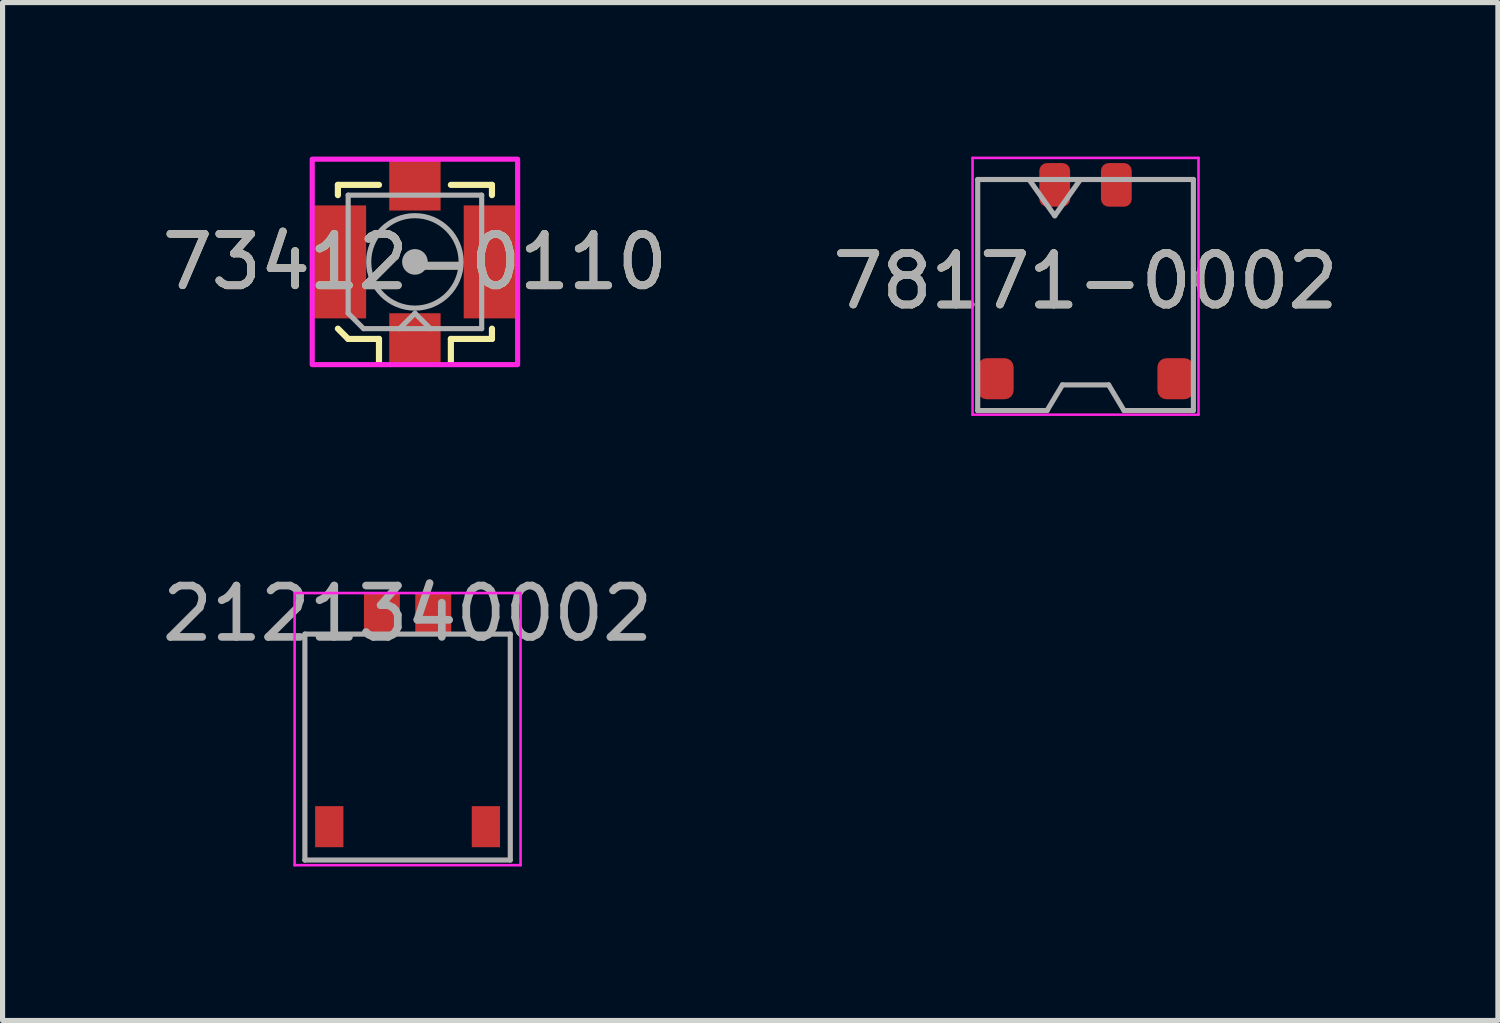
<source format=kicad_pcb>
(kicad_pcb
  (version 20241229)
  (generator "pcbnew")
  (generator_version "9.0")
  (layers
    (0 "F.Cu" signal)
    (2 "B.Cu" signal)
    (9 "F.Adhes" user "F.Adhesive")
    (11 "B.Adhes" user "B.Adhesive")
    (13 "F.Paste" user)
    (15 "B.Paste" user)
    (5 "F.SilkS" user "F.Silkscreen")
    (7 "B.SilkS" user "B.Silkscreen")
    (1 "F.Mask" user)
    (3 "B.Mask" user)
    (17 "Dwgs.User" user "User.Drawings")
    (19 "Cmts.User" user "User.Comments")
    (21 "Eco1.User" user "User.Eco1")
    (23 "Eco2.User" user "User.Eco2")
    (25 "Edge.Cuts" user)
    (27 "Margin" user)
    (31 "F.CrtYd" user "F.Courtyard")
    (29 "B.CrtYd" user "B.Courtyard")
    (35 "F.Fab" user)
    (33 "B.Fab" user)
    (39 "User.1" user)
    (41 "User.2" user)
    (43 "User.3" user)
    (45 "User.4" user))
  (footprint "73412-0110"
    (layer "F.Cu")
    (at 5.03 2.05)
    (property "Reference" "73412-0110" (at 0 0 0) (layer "F.SilkS") (effects (font (size 1 1) (thickness 0.15))))
    (attr smd)
    (fp_line (start -1.5 -1.5) (end -0.7 -1.5) (stroke (width 0.12) (type solid)) (layer "F.SilkS"))
    (fp_line (start -1.5 -1.3) (end -1.5 -1.5) (stroke (width 0.12) (type solid)) (layer "F.SilkS"))
    (fp_line (start -1.3 1.5) (end -1.5 1.3) (stroke (width 0.12) (type solid)) (layer "F.SilkS"))
    (fp_line (start -0.7 1.5) (end -1.3 1.5) (stroke (width 0.12) (type solid)) (layer "F.SilkS"))
    (fp_line (start -0.7 1.5) (end -0.7 1.975) (stroke (width 0.12) (type solid)) (layer "F.SilkS"))
    (fp_line (start 0.7 -1.5) (end 1.5 -1.5) (stroke (width 0.12) (type solid)) (layer "F.SilkS"))
    (fp_line (start 0.7 1.5) (end 0.7 1.975) (stroke (width 0.12) (type solid)) (layer "F.SilkS"))
    (fp_line (start 1.5 -1.5) (end 1.5 -1.3) (stroke (width 0.12) (type solid)) (layer "F.SilkS"))
    (fp_line (start 1.5 1.3) (end 1.5 1.5) (stroke (width 0.12) (type solid)) (layer "F.SilkS"))
    (fp_line (start 1.5 1.5) (end 0.7 1.5) (stroke (width 0.12) (type solid)) (layer "F.SilkS"))
    (fp_rect (start -2 -2) (end 2 2) (stroke (width 0.1) (type default)) (fill no) (layer "F.CrtYd"))
    (fp_line (start -1.3 -1.3) (end -1.3 1) (stroke (width 0.1) (type solid)) (layer "F.Fab"))
    (fp_line (start -1.3 -1.3) (end 1.3 -1.3) (stroke (width 0.1) (type solid)) (layer "F.Fab"))
    (fp_line (start -1.3 1) (end -1 1.3) (stroke (width 0.1) (type solid)) (layer "F.Fab"))
    (fp_line (start -1 1.3) (end 1.3 1.3) (stroke (width 0.1) (type solid)) (layer "F.Fab"))
    (fp_line (start -0.3 1.3) (end 0 1) (stroke (width 0.1) (type solid)) (layer "F.Fab"))
    (fp_line (start 0 1) (end 0.3 1.3) (stroke (width 0.1) (type solid)) (layer "F.Fab"))
    (fp_line (start 1.3 -1.3) (end 1.3 1.3) (stroke (width 0.1) (type solid)) (layer "F.Fab"))
    (fp_circle (center 0 0) (end 0 0.05) (stroke (width 0.1) (type solid)) (fill no) (layer "F.Fab"))
    (fp_circle (center 0 0) (end 0 0.125) (stroke (width 0.1) (type solid)) (fill no) (layer "F.Fab"))
    (fp_circle (center 0 0) (end 0 0.2) (stroke (width 0.1) (type solid)) (fill no) (layer "F.Fab"))
    (fp_circle (center 0 0) (end 0.9 0) (stroke (width 0.1) (type solid)) (fill no) (layer "F.Fab"))
    (fp_text user "${REFERENCE}" (at 0 0 0) (layer "F.Fab") (effects (font (size 1 1) (thickness 0.15))))
    (pad "1" smd rect (at 0 1.5) (size 1 1) (layers "F.Cu" "F.Mask" "F.Paste"))
    (pad "2" smd rect (at -1.475 0) (size 1.05 2.2) (layers "F.Cu" "F.Mask" "F.Paste"))
    (pad "2" smd rect (at 0 -1.5) (size 1 1) (layers "F.Cu" "F.Mask" "F.Paste"))
    (pad "2" smd rect (at 1.475 0) (size 1.05 2.2) (layers "F.Cu" "F.Mask" "F.Paste")))
  (footprint "78171-0002"
    (layer "F.Cu")
    (at 18.089 2.425)
    (property "Reference" "78171-0002" (at 0 0 0) (layer "F.SilkS") (effects (font (size 1 1) (thickness 0.15))))
    (attr smd)
    (fp_line (start -2.2 -2.4) (end -2.2 2.6) (stroke (width 0.05) (type solid)) (layer "F.CrtYd"))
    (fp_line (start -2.2 2.6) (end 2.2 2.6) (stroke (width 0.05) (type solid)) (layer "F.CrtYd"))
    (fp_line (start 2.2 -2.4) (end -2.2 -2.4) (stroke (width 0.05) (type solid)) (layer "F.CrtYd"))
    (fp_line (start 2.2 2.6) (end 2.2 -2.4) (stroke (width 0.05) (type solid)) (layer "F.CrtYd"))
    (fp_line (start -2.1 -1.98) (end -2.1 2.52) (stroke (width 0.1) (type solid)) (layer "F.Fab"))
    (fp_line (start -2.1 -1.98) (end 2.1 -1.98) (stroke (width 0.1) (type solid)) (layer "F.Fab"))
    (fp_line (start -2.1 2.52) (end -0.75 2.52) (stroke (width 0.1) (type solid)) (layer "F.Fab"))
    (fp_line (start -1.1 -1.98) (end -0.6 -1.273) (stroke (width 0.1) (type solid)) (layer "F.Fab"))
    (fp_line (start -0.75 2.52) (end -0.45 2.02) (stroke (width 0.1) (type solid)) (layer "F.Fab"))
    (fp_line (start -0.6 -1.273) (end -0.1 -1.98) (stroke (width 0.1) (type solid)) (layer "F.Fab"))
    (fp_line (start -0.45 2.02) (end 0.45 2.02) (stroke (width 0.1) (type solid)) (layer "F.Fab"))
    (fp_line (start 0.45 2.02) (end 0.75 2.52) (stroke (width 0.1) (type solid)) (layer "F.Fab"))
    (fp_line (start 0.75 2.52) (end 2.1 2.52) (stroke (width 0.1) (type solid)) (layer "F.Fab"))
    (fp_line (start 2.1 -1.98) (end 2.1 2.52) (stroke (width 0.1) (type solid)) (layer "F.Fab"))
    (fp_text user "${REFERENCE}" (at 0 0 0) (layer "F.Fab") (effects (font (size 1 1) (thickness 0.15))))
    (pad "1" smd roundrect (at -0.6 -1.875) (size 0.6 0.85) (layers "F.Cu" "F.Mask" "F.Paste") (roundrect_rratio 0.25))
    (pad "2" smd roundrect (at 0.6 -1.875) (size 0.6 0.85) (layers "F.Cu" "F.Mask" "F.Paste") (roundrect_rratio 0.25))
    (pad "MP" smd roundrect (at -1.75 1.9) (size 0.7 0.8) (layers "F.Cu" "F.Mask" "F.Paste") (roundrect_rratio 0.25))
    (pad "MP" smd roundrect (at 1.75 1.9) (size 0.7 0.8) (layers "F.Cu" "F.Mask" "F.Paste") (roundrect_rratio 0.25)))
  (footprint "2121340002"
    (layer "F.Cu")
    (at 4.887 8.898)
    (property "Reference" "2121340002" (at 0 0 0) (unlocked yes) (layer "F.SilkS") (effects (font (size 1 1) (thickness 0.1))))
    (attr smd)
    (fp_line (start -2.2 -0.4) (end 2.2 -0.4) (stroke (width 0.05) (type default)) (layer "F.CrtYd"))
    (fp_line (start -2.2 4.9) (end -2.2 -0.4) (stroke (width 0.05) (type default)) (layer "F.CrtYd"))
    (fp_line (start 2.2 -0.4) (end 2.2 4.9) (stroke (width 0.05) (type default)) (layer "F.CrtYd"))
    (fp_line (start 2.2 4.9) (end -2.2 4.9) (stroke (width 0.05) (type default)) (layer "F.CrtYd"))
    (fp_line (start -2 0.4) (end 2 0.4) (stroke (width 0.1) (type default)) (layer "F.Fab"))
    (fp_line (start -2 4.8) (end -2 0.4) (stroke (width 0.1) (type default)) (layer "F.Fab"))
    (fp_line (start 2 0.4) (end 2 4.8) (stroke (width 0.1) (type default)) (layer "F.Fab"))
    (fp_line (start 2 4.8) (end -2 4.8) (stroke (width 0.1) (type default)) (layer "F.Fab"))
    (fp_text user "${REFERENCE}" (at 0 0 0) (unlocked yes) (layer "F.Fab") (effects (font (size 1 1) (thickness 0.15))))
    (pad "" smd rect (at -1.525 4.15) (size 0.55 0.8) (layers "F.Cu" "F.Mask" "F.Paste"))
    (pad "" smd rect (at 1.525 4.15) (size 0.55 0.8) (layers "F.Cu" "F.Mask" "F.Paste"))
    (pad "1" smd rect (at -0.5 0) (size 0.7 0.8) (layers "F.Cu" "F.Mask" "F.Paste"))
    (pad "2" smd rect (at 0.5 0) (size 0.7 0.8) (layers "F.Cu" "F.Mask" "F.Paste")))
  (gr_rect
    (start -3 -3)
    (end 26.119 16.823)
    (stroke (width 0.1) (type default))
    (fill no)
    (layer "Edge.Cuts")))
</source>
